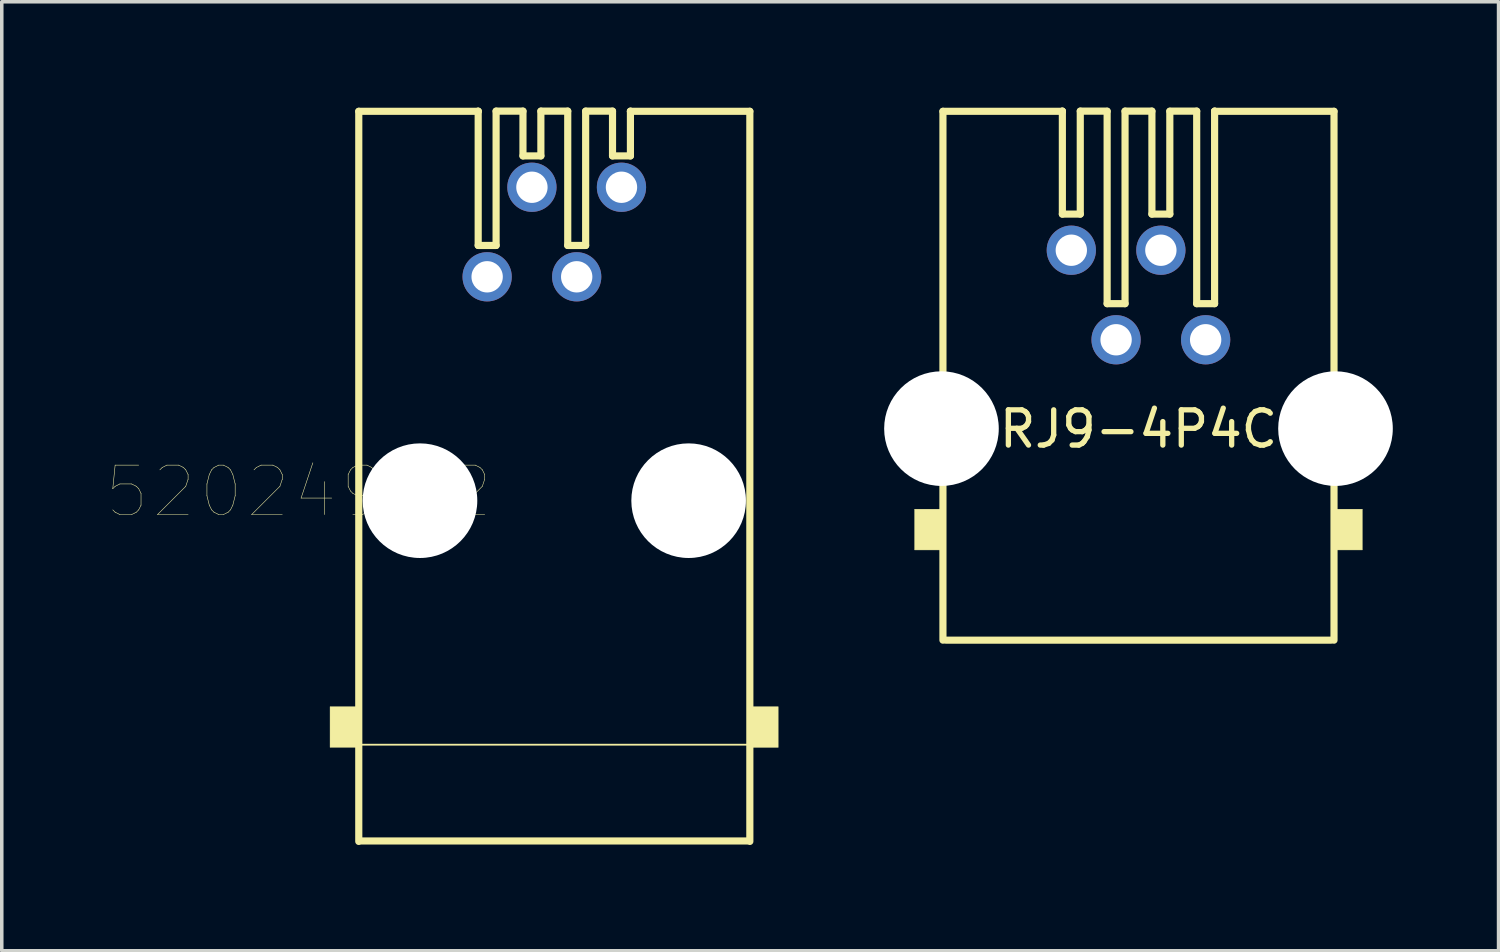
<source format=kicad_pcb>
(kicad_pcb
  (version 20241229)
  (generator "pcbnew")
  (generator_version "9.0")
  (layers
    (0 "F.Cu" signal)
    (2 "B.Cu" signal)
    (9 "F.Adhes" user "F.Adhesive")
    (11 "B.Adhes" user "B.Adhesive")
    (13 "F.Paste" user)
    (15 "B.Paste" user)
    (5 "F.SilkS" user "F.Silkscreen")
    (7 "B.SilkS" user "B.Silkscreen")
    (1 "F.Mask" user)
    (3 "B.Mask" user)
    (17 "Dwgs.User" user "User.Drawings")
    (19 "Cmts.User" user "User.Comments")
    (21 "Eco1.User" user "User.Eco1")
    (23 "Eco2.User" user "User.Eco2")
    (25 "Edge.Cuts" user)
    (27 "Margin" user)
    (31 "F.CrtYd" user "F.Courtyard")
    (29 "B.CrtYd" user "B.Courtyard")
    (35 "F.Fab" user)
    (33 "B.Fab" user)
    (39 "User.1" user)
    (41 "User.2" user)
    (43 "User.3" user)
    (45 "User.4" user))
  (footprint "RJ9-4P4C"
    (layer "F.Cu")
    (at 29.241 7.976)
    (property "Reference" "RJ9-4P4C" (at 0 1.143 0) (layer "F.SilkS") (effects (font (size 1 1) (thickness 0.15))))
    (attr through_hole)
    (fp_line (start -5.546 -7.869) (end -2.159 -7.869) (stroke (width 0.203) (type solid)) (layer "F.SilkS"))
    (fp_line (start -5.546 7.131) (end -5.546 -7.869) (stroke (width 0.203) (type solid)) (layer "F.SilkS"))
    (fp_line (start -2.159 -7.874) (end -2.159 -7.869) (stroke (width 0.203) (type solid)) (layer "F.SilkS"))
    (fp_line (start -2.159 -7.874) (end -2.159 -4.953) (stroke (width 0.203) (type solid)) (layer "F.SilkS"))
    (fp_line (start -2.159 -4.953) (end -1.651 -4.953) (stroke (width 0.203) (type solid)) (layer "F.SilkS"))
    (fp_line (start -1.651 -7.874) (end -1.651 -4.953) (stroke (width 0.203) (type solid)) (layer "F.SilkS"))
    (fp_line (start -1.651 -7.874) (end -0.889 -7.874) (stroke (width 0.203) (type solid)) (layer "F.SilkS"))
    (fp_line (start -0.889 -7.869) (end -0.889 -2.413) (stroke (width 0.203) (type solid)) (layer "F.SilkS"))
    (fp_line (start -0.889 -2.413) (end -0.381 -2.413) (stroke (width 0.203) (type solid)) (layer "F.SilkS"))
    (fp_line (start -0.381 -7.874) (end -0.381 -2.413) (stroke (width 0.203) (type solid)) (layer "F.SilkS"))
    (fp_line (start -0.381 -7.874) (end 0.381 -7.874) (stroke (width 0.203) (type solid)) (layer "F.SilkS"))
    (fp_line (start 0.381 -7.874) (end 0.381 -4.953) (stroke (width 0.203) (type solid)) (layer "F.SilkS"))
    (fp_line (start 0.381 -4.953) (end 0.889 -4.953) (stroke (width 0.203) (type solid)) (layer "F.SilkS"))
    (fp_line (start 0.889 -7.874) (end 1.651 -7.874) (stroke (width 0.203) (type solid)) (layer "F.SilkS"))
    (fp_line (start 0.889 -7.869) (end 0.889 -4.953) (stroke (width 0.203) (type solid)) (layer "F.SilkS"))
    (fp_line (start 1.651 -7.874) (end 1.651 -2.413) (stroke (width 0.203) (type solid)) (layer "F.SilkS"))
    (fp_line (start 1.651 -2.413) (end 2.159 -2.413) (stroke (width 0.203) (type solid)) (layer "F.SilkS"))
    (fp_line (start 2.159 -7.874) (end 2.159 -7.869) (stroke (width 0.203) (type solid)) (layer "F.SilkS"))
    (fp_line (start 2.159 -7.874) (end 2.159 -2.413) (stroke (width 0.203) (type solid)) (layer "F.SilkS"))
    (fp_line (start 2.159 -7.869) (end 5.546 -7.869) (stroke (width 0.203) (type solid)) (layer "F.SilkS"))
    (fp_line (start 5.461 7.131) (end -5.461 7.131) (stroke (width 0.203) (type solid)) (layer "F.SilkS"))
    (fp_line (start 5.546 -7.869) (end 5.546 7.131) (stroke (width 0.203) (type solid)) (layer "F.SilkS"))
    (fp_poly (pts (xy -6.35 3.415) (xy -5.472 3.415) (xy -5.472 4.572) (xy -6.35 4.572)) (stroke (width 0.01) (type solid)) (fill yes) (layer "F.SilkS"))
    (fp_poly (pts (xy 5.472 3.415) (xy 6.35 3.415) (xy 6.35 4.572) (xy 5.472 4.572)) (stroke (width 0.01) (type solid)) (fill yes) (layer "F.SilkS"))
    (pad "" np_thru_hole circle (at -5.588 1.131) (size 3.251 3.251) (drill 3.251) (layers "*.Cu" "*.Mask"))
    (pad "" np_thru_hole circle (at 5.588 1.131) (size 3.251 3.251) (drill 3.251) (layers "*.Cu" "*.Mask"))
    (pad "1" thru_hole circle (at -1.905 -3.929) (size 1.397 1.397) (drill 0.889) (layers "*.Cu" "*.Mask"))
    (pad "2" thru_hole circle (at -0.635 -1.389) (size 1.397 1.397) (drill 0.889) (layers "*.Cu" "*.Mask"))
    (pad "3" thru_hole circle (at 0.635 -3.929) (size 1.397 1.397) (drill 0.889) (layers "*.Cu" "*.Mask"))
    (pad "4" thru_hole circle (at 1.905 -1.389) (size 1.397 1.397) (drill 0.889) (layers "*.Cu" "*.Mask")))
  (footprint "520249-2"
    (layer "F.Cu")
    (at 12.672 11.151)
    (property "Reference" "520249-2" (at -7.249 -0.254 180) (layer "F.SilkS") (effects (font (size 1.402 1.402) (thickness 0.015))))
    (attr through_hole)
    (fp_line (start -5.546 -11.044) (end -2.159 -11.044) (stroke (width 0.203) (type solid)) (layer "F.SilkS"))
    (fp_line (start -5.546 9.665) (end -5.546 -11.044) (stroke (width 0.203) (type solid)) (layer "F.SilkS"))
    (fp_line (start -2.159 -11.049) (end -2.159 -11.044) (stroke (width 0.203) (type solid)) (layer "F.SilkS"))
    (fp_line (start -2.159 -11.044) (end -2.159 -7.239) (stroke (width 0.203) (type solid)) (layer "F.SilkS"))
    (fp_line (start -2.159 -7.239) (end -1.651 -7.239) (stroke (width 0.203) (type solid)) (layer "F.SilkS"))
    (fp_line (start -1.651 -11.049) (end -1.651 -7.239) (stroke (width 0.203) (type solid)) (layer "F.SilkS"))
    (fp_line (start -1.651 -11.049) (end -0.889 -11.049) (stroke (width 0.203) (type solid)) (layer "F.SilkS"))
    (fp_line (start -0.889 -11.049) (end -0.889 -9.779) (stroke (width 0.203) (type solid)) (layer "F.SilkS"))
    (fp_line (start -0.889 -9.779) (end -0.381 -9.779) (stroke (width 0.203) (type solid)) (layer "F.SilkS"))
    (fp_line (start -0.381 -11.049) (end -0.381 -9.779) (stroke (width 0.203) (type solid)) (layer "F.SilkS"))
    (fp_line (start -0.381 -11.049) (end 0.381 -11.049) (stroke (width 0.203) (type solid)) (layer "F.SilkS"))
    (fp_line (start 0.381 -11.049) (end 0.381 -7.239) (stroke (width 0.203) (type solid)) (layer "F.SilkS"))
    (fp_line (start 0.381 -7.239) (end 0.889 -7.239) (stroke (width 0.203) (type solid)) (layer "F.SilkS"))
    (fp_line (start 0.889 -11.049) (end 0.889 -7.239) (stroke (width 0.203) (type solid)) (layer "F.SilkS"))
    (fp_line (start 0.889 -11.049) (end 1.651 -11.049) (stroke (width 0.203) (type solid)) (layer "F.SilkS"))
    (fp_line (start 1.651 -11.049) (end 1.651 -9.779) (stroke (width 0.203) (type solid)) (layer "F.SilkS"))
    (fp_line (start 1.651 -9.779) (end 2.159 -9.779) (stroke (width 0.203) (type solid)) (layer "F.SilkS"))
    (fp_line (start 2.159 -11.049) (end 2.159 -11.044) (stroke (width 0.203) (type solid)) (layer "F.SilkS"))
    (fp_line (start 2.159 -11.044) (end 2.159 -9.779) (stroke (width 0.203) (type solid)) (layer "F.SilkS"))
    (fp_line (start 2.159 -11.044) (end 5.546 -11.044) (stroke (width 0.203) (type solid)) (layer "F.SilkS"))
    (fp_line (start 5.461 9.652) (end -5.461 9.652) (stroke (width 0.203) (type solid)) (layer "F.SilkS"))
    (fp_line (start 5.524 6.921) (end -5.524 6.921) (stroke (width 0.051) (type solid)) (layer "F.SilkS"))
    (fp_line (start 5.546 -11.044) (end 5.546 9.665) (stroke (width 0.203) (type solid)) (layer "F.SilkS"))
    (fp_poly (pts (xy -6.361 5.842) (xy -5.588 5.842) (xy -5.588 6.997) (xy -6.361 6.997)) (stroke (width 0.01) (type solid)) (fill yes) (layer "F.SilkS"))
    (fp_poly (pts (xy 5.472 5.842) (xy 6.35 5.842) (xy 6.35 6.999) (xy 5.472 6.999)) (stroke (width 0.01) (type solid)) (fill yes) (layer "F.SilkS"))
    (pad "" np_thru_hole circle (at -3.81 0) (size 3.251 3.251) (drill 3.251) (layers "*.Cu" "*.Mask"))
    (pad "" np_thru_hole circle (at 3.81 0) (size 3.251 3.251) (drill 3.251) (layers "*.Cu" "*.Mask"))
    (pad "1" thru_hole circle (at -1.905 -6.35) (size 1.397 1.397) (drill 0.889) (layers "*.Cu" "*.Mask"))
    (pad "2" thru_hole circle (at -0.635 -8.89) (size 1.397 1.397) (drill 0.889) (layers "*.Cu" "*.Mask"))
    (pad "3" thru_hole circle (at 0.635 -6.35) (size 1.397 1.397) (drill 0.889) (layers "*.Cu" "*.Mask"))
    (pad "4" thru_hole circle (at 1.905 -8.89) (size 1.397 1.397) (drill 0.889) (layers "*.Cu" "*.Mask")))
  (gr_rect
    (start -3 -3)
    (end 39.454 23.917)
    (stroke (width 0.1) (type default))
    (fill no)
    (layer "Edge.Cuts")))
</source>
